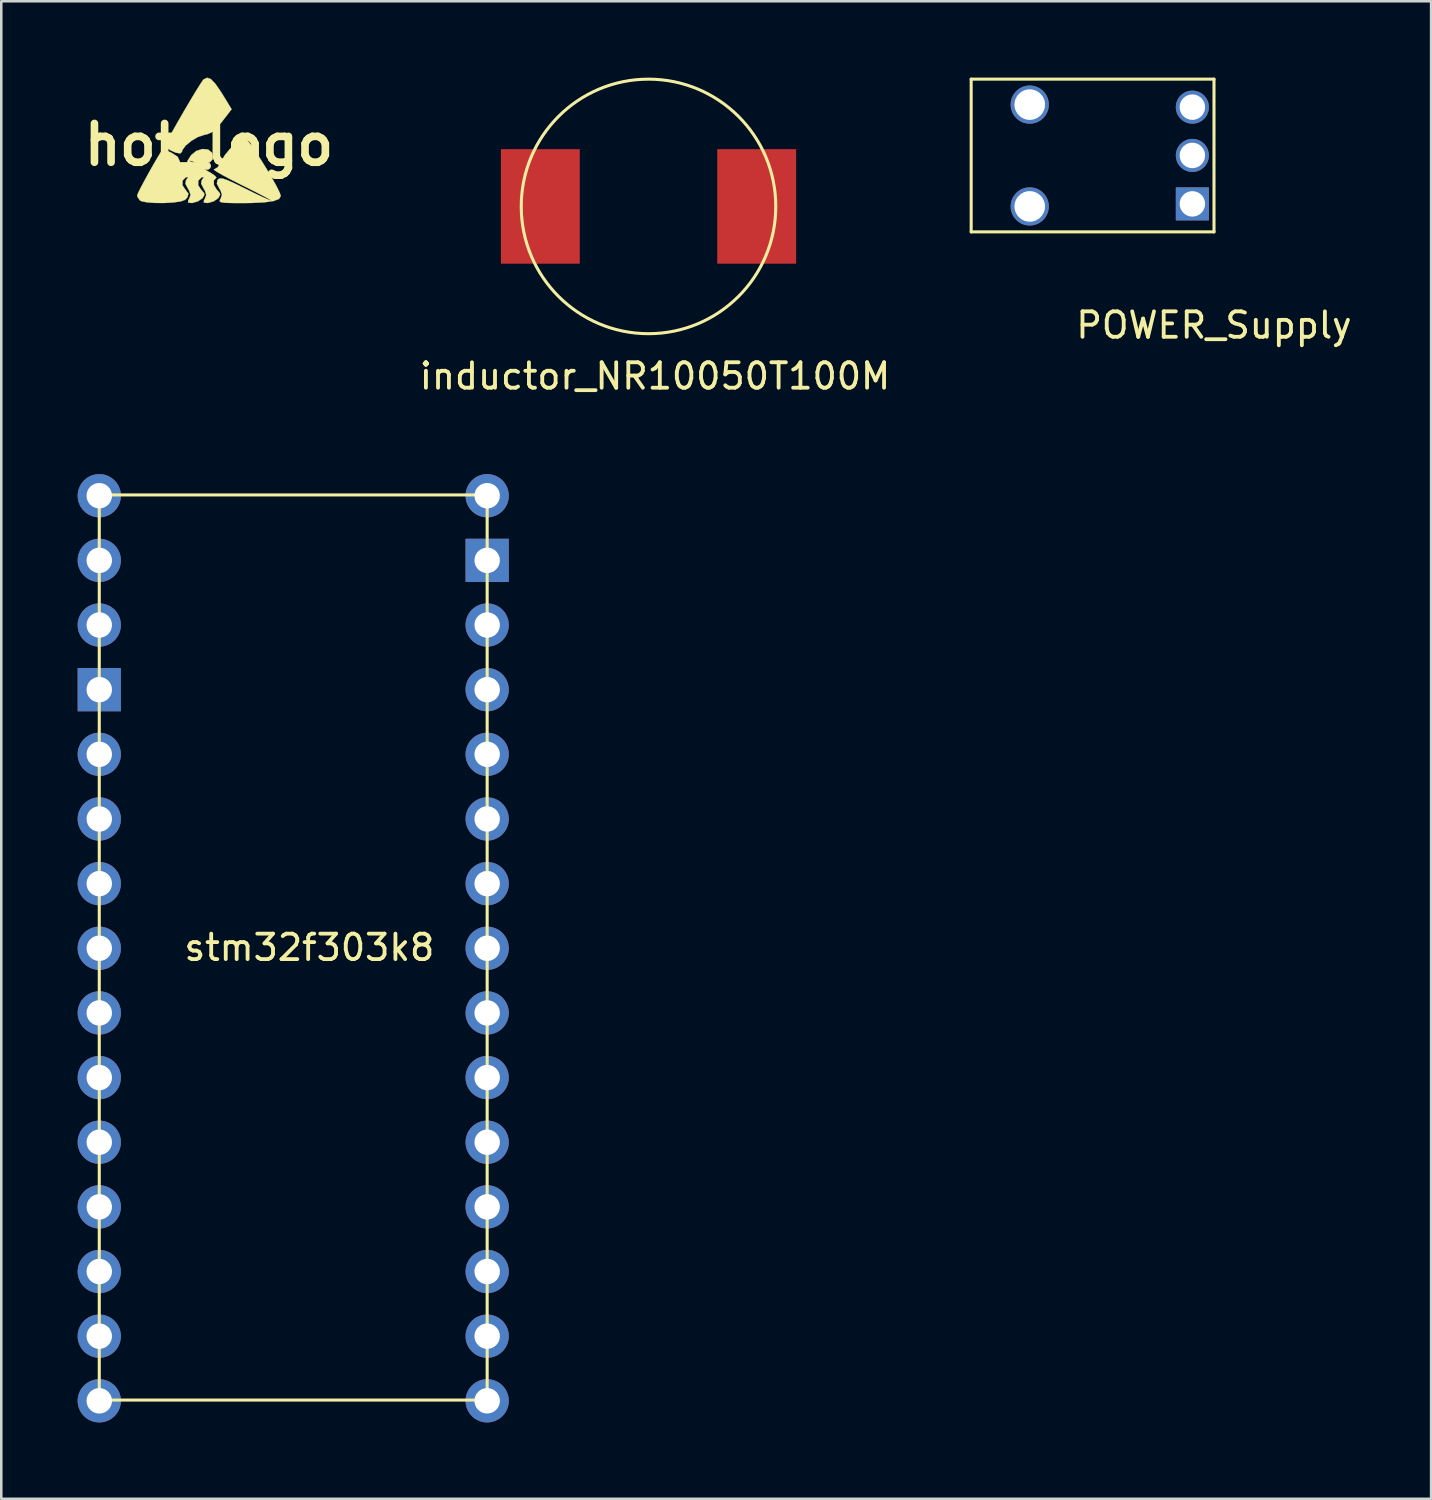
<source format=kicad_pcb>
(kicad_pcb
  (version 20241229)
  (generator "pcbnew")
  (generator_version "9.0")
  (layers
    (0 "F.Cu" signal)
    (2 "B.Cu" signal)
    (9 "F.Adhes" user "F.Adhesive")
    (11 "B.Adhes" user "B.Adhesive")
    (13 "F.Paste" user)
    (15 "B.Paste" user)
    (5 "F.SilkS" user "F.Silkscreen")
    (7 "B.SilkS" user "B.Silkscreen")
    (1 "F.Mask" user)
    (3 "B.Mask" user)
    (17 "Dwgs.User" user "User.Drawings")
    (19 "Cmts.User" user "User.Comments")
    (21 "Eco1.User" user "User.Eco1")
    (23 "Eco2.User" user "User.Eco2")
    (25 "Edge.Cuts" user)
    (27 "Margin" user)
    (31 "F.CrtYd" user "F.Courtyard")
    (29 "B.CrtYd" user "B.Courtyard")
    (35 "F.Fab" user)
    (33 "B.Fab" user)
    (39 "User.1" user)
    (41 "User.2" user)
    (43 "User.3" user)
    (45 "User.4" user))
  (footprint "stm32f303k8"
    (layer "F.Cu")
    (at 8.47 28.461)
    (property "Reference" "stm32f303k8" (at 0.635 5.715 0) (layer "F.SilkS") (effects (font (size 1 1) (thickness 0.15))))
    (attr through_hole)
    (fp_line (start -7.62 -12.065) (end -7.62 23.495) (stroke (width 0.12) (type solid)) (layer "F.SilkS"))
    (fp_line (start -7.62 23.495) (end 7.62 23.495) (stroke (width 0.12) (type solid)) (layer "F.SilkS"))
    (fp_line (start 7.62 -12.065) (end -7.62 -12.065) (stroke (width 0.12) (type solid)) (layer "F.SilkS"))
    (fp_line (start 7.62 23.495) (end 7.62 -12.065) (stroke (width 0.12) (type solid)) (layer "F.SilkS"))
    (pad "1" thru_hole circle (at -7.62 -12.035) (size 1.7 1.7) (drill 1) (layers "*.Cu" "*.Mask"))
    (pad "2" thru_hole oval (at -7.62 -9.495) (size 1.7 1.7) (drill 1) (layers "*.Cu" "*.Mask"))
    (pad "3" thru_hole oval (at -7.62 -6.955) (size 1.7 1.7) (drill 1) (layers "*.Cu" "*.Mask"))
    (pad "4" thru_hole rect (at -7.62 -4.415) (size 1.7 1.7) (drill 1) (layers "*.Cu" "*.Mask"))
    (pad "5" thru_hole oval (at -7.62 -1.875) (size 1.7 1.7) (drill 1) (layers "*.Cu" "*.Mask"))
    (pad "6" thru_hole oval (at -7.62 0.665) (size 1.7 1.7) (drill 1) (layers "*.Cu" "*.Mask"))
    (pad "7" thru_hole oval (at -7.62 3.205) (size 1.7 1.7) (drill 1) (layers "*.Cu" "*.Mask"))
    (pad "8" thru_hole oval (at -7.62 5.745) (size 1.7 1.7) (drill 1) (layers "*.Cu" "*.Mask"))
    (pad "9" thru_hole oval (at -7.62 8.285) (size 1.7 1.7) (drill 1) (layers "*.Cu" "*.Mask"))
    (pad "10" thru_hole oval (at -7.62 10.825) (size 1.7 1.7) (drill 1) (layers "*.Cu" "*.Mask"))
    (pad "11" thru_hole oval (at -7.62 13.365) (size 1.7 1.7) (drill 1) (layers "*.Cu" "*.Mask"))
    (pad "12" thru_hole oval (at -7.62 15.905) (size 1.7 1.7) (drill 1) (layers "*.Cu" "*.Mask"))
    (pad "13" thru_hole oval (at -7.62 18.445) (size 1.7 1.7) (drill 1) (layers "*.Cu" "*.Mask"))
    (pad "14" thru_hole oval (at -7.62 20.985) (size 1.7 1.7) (drill 1) (layers "*.Cu" "*.Mask"))
    (pad "15" thru_hole oval (at -7.62 23.525) (size 1.7 1.7) (drill 1) (layers "*.Cu" "*.Mask"))
    (pad "16" thru_hole circle (at 7.62 23.525 180) (size 1.7 1.7) (drill 1) (layers "*.Cu" "*.Mask"))
    (pad "17" thru_hole oval (at 7.62 20.985 180) (size 1.7 1.7) (drill 1) (layers "*.Cu" "*.Mask"))
    (pad "18" thru_hole oval (at 7.62 18.445 180) (size 1.7 1.7) (drill 1) (layers "*.Cu" "*.Mask"))
    (pad "19" thru_hole oval (at 7.62 15.905 180) (size 1.7 1.7) (drill 1) (layers "*.Cu" "*.Mask"))
    (pad "20" thru_hole oval (at 7.62 13.365 180) (size 1.7 1.7) (drill 1) (layers "*.Cu" "*.Mask"))
    (pad "21" thru_hole oval (at 7.62 10.825 180) (size 1.7 1.7) (drill 1) (layers "*.Cu" "*.Mask"))
    (pad "22" thru_hole oval (at 7.62 8.285 180) (size 1.7 1.7) (drill 1) (layers "*.Cu" "*.Mask"))
    (pad "23" thru_hole oval (at 7.62 5.745 180) (size 1.7 1.7) (drill 1) (layers "*.Cu" "*.Mask"))
    (pad "24" thru_hole oval (at 7.62 3.205 180) (size 1.7 1.7) (drill 1) (layers "*.Cu" "*.Mask"))
    (pad "25" thru_hole oval (at 7.62 0.665 180) (size 1.7 1.7) (drill 1) (layers "*.Cu" "*.Mask"))
    (pad "26" thru_hole oval (at 7.62 -1.875 180) (size 1.7 1.7) (drill 1) (layers "*.Cu" "*.Mask"))
    (pad "27" thru_hole oval (at 7.62 -4.415 180) (size 1.7 1.7) (drill 1) (layers "*.Cu" "*.Mask"))
    (pad "28" thru_hole oval (at 7.62 -6.955 180) (size 1.7 1.7) (drill 1) (layers "*.Cu" "*.Mask"))
    (pad "29" thru_hole rect (at 7.62 -9.495 180) (size 1.7 1.7) (drill 1) (layers "*.Cu" "*.Mask"))
    (pad "30" thru_hole oval (at 7.62 -12.035 180) (size 1.7 1.7) (drill 1) (layers "*.Cu" "*.Mask")))
  (footprint "POWER_Supply"
    (layer "F.Cu")
    (at 44.646 3.377)
    (property "Reference" "POWER_Supply" (at 0 6.35 0) (layer "F.SilkS") (effects (font (size 1 1) (thickness 0.15))))
    (attr through_hole)
    (fp_line (start -9.54 -3.317) (end -9.54 2.683) (stroke (width 0.12) (type solid)) (layer "F.SilkS"))
    (fp_line (start -9.54 2.683) (end 0 2.683) (stroke (width 0.12) (type solid)) (layer "F.SilkS"))
    (fp_line (start 0 -3.317) (end -9.54 -3.317) (stroke (width 0.12) (type solid)) (layer "F.SilkS"))
    (fp_line (start 0 -3.317) (end 0 2.683) (stroke (width 0.12) (type solid)) (layer "F.SilkS"))
    (pad "" thru_hole circle (at -7.239 -2.317) (size 1.5 1.5) (drill 1.2) (layers "*.Cu" "*.Mask"))
    (pad "" thru_hole circle (at -7.239 1.683) (size 1.5 1.5) (drill 1.2) (layers "*.Cu" "*.Mask"))
    (pad "" thru_hole circle (at -0.85 -2.217) (size 1.3 1.3) (drill 1) (layers "*.Cu" "*.Mask"))
    (pad "1" thru_hole circle (at -0.85 -0.32) (size 1.3 1.3) (drill 1) (layers "*.Cu" "*.Mask"))
    (pad "2" thru_hole rect (at -0.85 1.583 90) (size 1.3 1.3) (drill 1) (layers "*.Cu" "*.Mask")))
  (footprint "inductor_NR10050T100M"
    (layer "F.Cu")
    (at 22.429 5.06)
    (property "Reference" "inductor_NR10050T100M" (at 0.254 6.668 0) (layer "F.SilkS") (effects (font (size 1 1) (thickness 0.15))))
    (attr through_hole)
    (fp_circle (center 0 0) (end 5 0) (stroke (width 0.12) (type solid)) (fill no) (layer "F.SilkS"))
    (pad "1" smd rect (at -4.25 0) (size 3.1 4.5) (layers "F.Cu" "F.Mask" "F.Paste"))
    (pad "2" smd rect (at 4.25 0) (size 3.1 4.5) (layers "F.Cu" "F.Mask" "F.Paste")))
  (footprint "hot_logo"
    (layer "F.Cu")
    (at 5.16 2.635)
    (property "Reference" "hot_logo" (at 0 0 0) (layer "F.SilkS") (effects (font (size 1.524 1.524) (thickness 0.3))))
    (attr through_hole)
    (fp_poly (pts (xy 0.074 -2.578) (xy 0.249 -2.398) (xy 0.472 -2.076) (xy 0.553 -1.946) (xy 0.89 -1.394) (xy 0.522 -0.917) (xy 0.295 -0.644) (xy 0.11 -0.486) (xy -0.085 -0.406) (xy -0.193 -0.384) (xy -0.438 -0.301) (xy -0.696 -0.148) (xy -0.915 0.034) (xy -1.044 0.209) (xy -1.058 0.271) (xy -1.125 0.344) (xy -1.308 0.312) (xy -1.524 0.213) (xy -1.683 0.104) (xy -1.737 0.021) (xy -1.736 0.018) (xy -1.504 -0.403) (xy -1.251 -0.852) (xy -0.992 -1.302) (xy -0.744 -1.723) (xy -0.524 -2.089) (xy -0.348 -2.37) (xy -0.234 -2.538) (xy -0.206 -2.57) (xy -0.071 -2.63) (xy 0.074 -2.578)) (stroke (width 0.01) (type solid)) (fill yes) (layer "F.SilkS"))
    (fp_poly (pts (xy 1.499 -0.19) (xy 1.648 0.002) (xy 1.842 0.284) (xy 2.06 0.622) (xy 2.284 0.984) (xy 2.492 1.337) (xy 2.664 1.649) (xy 2.781 1.888) (xy 2.822 2.017) (xy 2.753 2.131) (xy 2.538 2.213) (xy 2.17 2.266) (xy 1.64 2.291) (xy 1.361 2.293) (xy 0.928 2.292) (xy 0.646 2.284) (xy 0.486 2.265) (xy 0.422 2.23) (xy 0.428 2.174) (xy 0.456 2.125) (xy 0.511 1.97) (xy 0.453 1.797) (xy 0.407 1.723) (xy 0.31 1.529) (xy 0.333 1.394) (xy 0.355 1.364) (xy 0.423 1.323) (xy 0.54 1.332) (xy 0.733 1.398) (xy 1.029 1.532) (xy 1.418 1.723) (xy 1.793 1.908) (xy 2.112 2.059) (xy 2.34 2.161) (xy 2.445 2.198) (xy 2.446 2.198) (xy 2.395 2.159) (xy 2.211 2.056) (xy 1.917 1.902) (xy 1.541 1.711) (xy 1.279 1.581) (xy 0.871 1.374) (xy 0.539 1.198) (xy 0.306 1.064) (xy 0.195 0.985) (xy 0.198 0.97) (xy 0.339 0.89) (xy 0.474 0.675) (xy 0.485 0.648) (xy 0.628 0.403) (xy 0.841 0.147) (xy 1.079 -0.077) (xy 1.298 -0.225) (xy 1.415 -0.261) (xy 1.499 -0.19)) (stroke (width 0.01) (type solid)) (fill yes) (layer "F.SilkS"))
    (fp_poly (pts (xy -0.034 0.19) (xy 0.115 0.311) (xy 0.132 0.352) (xy 0.146 0.571) (xy 0.035 0.692) (xy -0.049 0.706) (xy -0.163 0.756) (xy -0.176 0.796) (xy -0.243 0.823) (xy -0.412 0.764) (xy -0.437 0.752) (xy -0.635 0.661) (xy -0.763 0.622) (xy -0.767 0.622) (xy -0.729 0.66) (xy -0.565 0.759) (xy -0.308 0.898) (xy -0.22 0.944) (xy 0.052 1.095) (xy 0.234 1.218) (xy 0.296 1.291) (xy 0.287 1.3) (xy 0.19 1.409) (xy 0.195 1.585) (xy 0.295 1.752) (xy 0.309 1.764) (xy 0.42 1.897) (xy 0.441 1.963) (xy 0.365 2.103) (xy 0.183 2.226) (xy -0.036 2.289) (xy -0.067 2.29) (xy -0.205 2.273) (xy -0.196 2.184) (xy -0.161 2.125) (xy -0.106 1.97) (xy -0.164 1.797) (xy -0.211 1.723) (xy -0.307 1.533) (xy -0.288 1.401) (xy -0.258 1.359) (xy -0.199 1.268) (xy -0.278 1.279) (xy -0.296 1.286) (xy -0.419 1.41) (xy -0.423 1.594) (xy -0.309 1.764) (xy -0.197 1.897) (xy -0.176 1.963) (xy -0.252 2.103) (xy -0.434 2.226) (xy -0.654 2.289) (xy -0.684 2.29) (xy -0.823 2.273) (xy -0.813 2.184) (xy -0.779 2.125) (xy -0.723 1.97) (xy -0.782 1.797) (xy -0.828 1.723) (xy -0.925 1.533) (xy -0.905 1.401) (xy -0.875 1.359) (xy -0.817 1.268) (xy -0.895 1.279) (xy -0.914 1.286) (xy -1.037 1.41) (xy -1.04 1.594) (xy -0.926 1.764) (xy -0.804 1.928) (xy -0.856 2.086) (xy -0.948 2.17) (xy -1.115 2.23) (xy -1.398 2.27) (xy -1.744 2.29) (xy -2.103 2.289) (xy -2.421 2.267) (xy -2.647 2.224) (xy -2.716 2.187) (xy -2.81 2.048) (xy -2.822 1.994) (xy -2.782 1.891) (xy -2.676 1.677) (xy -2.523 1.391) (xy -2.347 1.069) (xy -2.166 0.75) (xy -2.002 0.47) (xy -1.877 0.267) (xy -1.809 0.178) (xy -1.806 0.176) (xy -1.711 0.211) (xy -1.519 0.296) (xy -1.458 0.325) (xy -1.23 0.474) (xy -1.148 0.646) (xy -1.147 0.678) (xy -1.097 0.843) (xy -1.014 0.882) (xy -0.897 0.817) (xy -0.882 0.762) (xy -0.831 0.613) (xy -0.707 0.419) (xy -0.699 0.409) (xy -0.496 0.243) (xy -0.256 0.169) (xy -0.034 0.19)) (stroke (width 0.01) (type solid)) (fill yes) (layer "F.SilkS")))
  (gr_rect
    (start -3 -3)
    (end 53.176 55.836)
    (stroke (width 0.1) (type default))
    (fill no)
    (layer "Edge.Cuts")))
</source>
